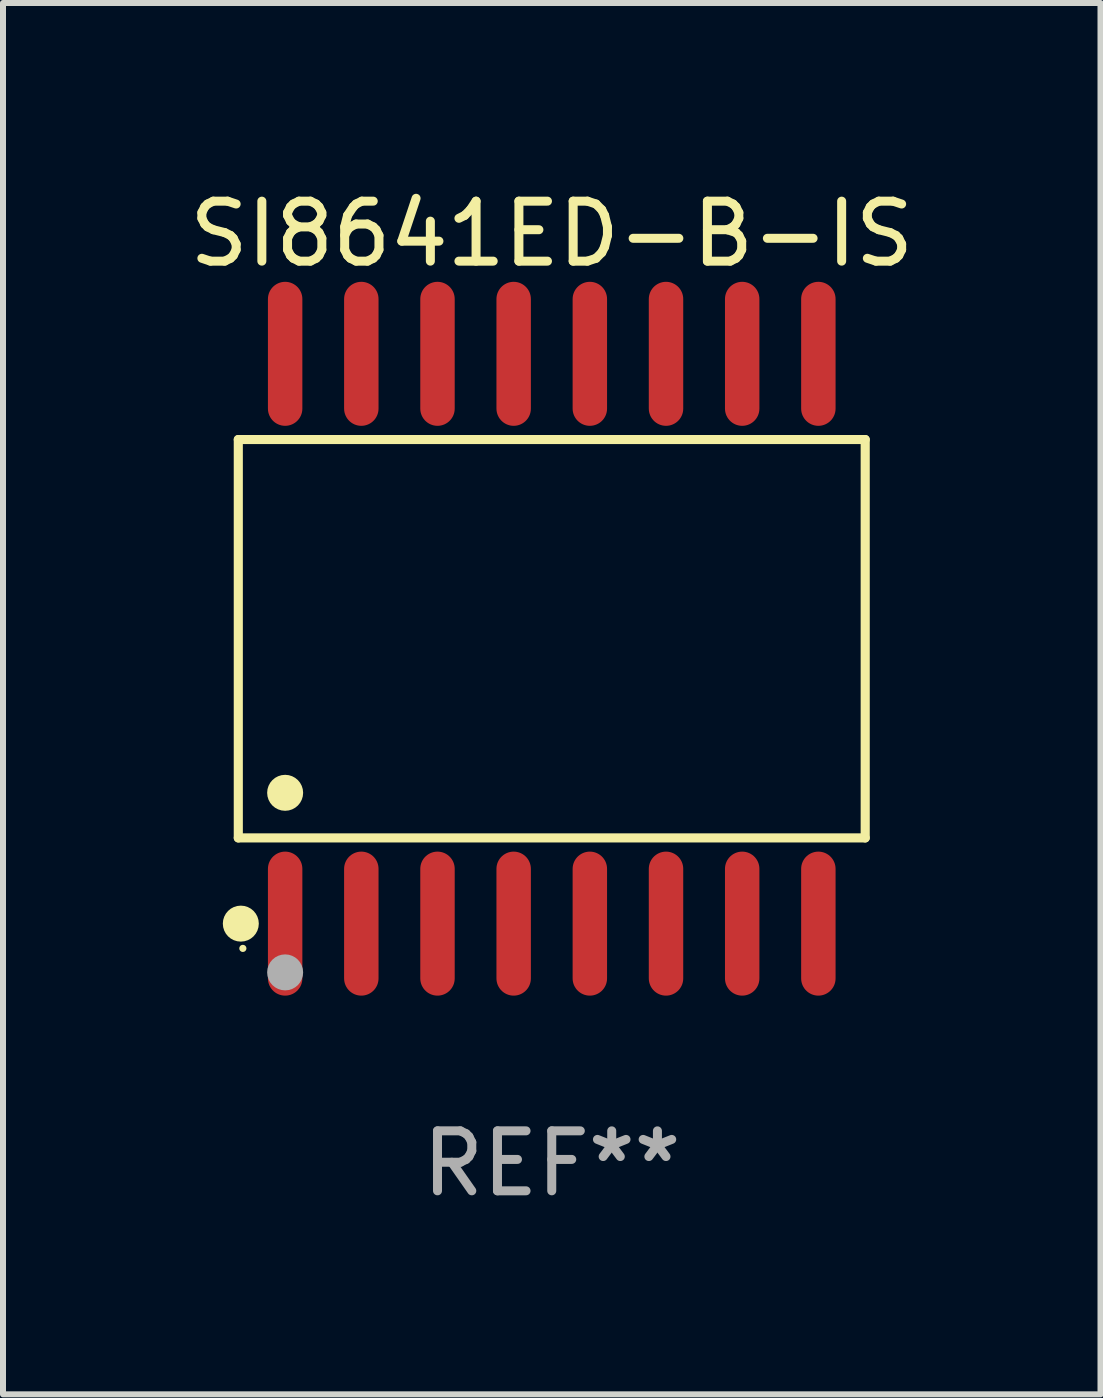
<source format=kicad_pcb>
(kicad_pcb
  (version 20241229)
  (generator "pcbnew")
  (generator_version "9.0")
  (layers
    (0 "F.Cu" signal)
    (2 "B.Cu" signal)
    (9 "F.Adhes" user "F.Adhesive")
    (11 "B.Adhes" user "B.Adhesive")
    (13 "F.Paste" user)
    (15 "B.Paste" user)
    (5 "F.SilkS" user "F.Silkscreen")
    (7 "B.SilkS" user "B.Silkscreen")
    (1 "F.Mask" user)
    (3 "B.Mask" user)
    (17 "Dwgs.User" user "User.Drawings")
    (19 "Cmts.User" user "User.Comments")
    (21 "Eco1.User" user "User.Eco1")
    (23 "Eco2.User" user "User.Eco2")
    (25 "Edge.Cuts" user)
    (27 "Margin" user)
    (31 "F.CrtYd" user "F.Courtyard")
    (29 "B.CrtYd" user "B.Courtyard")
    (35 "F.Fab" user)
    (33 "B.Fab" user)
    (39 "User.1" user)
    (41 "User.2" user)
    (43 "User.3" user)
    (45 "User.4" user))
  (footprint "SI8641ED-B-IS"
    (layer "F.Cu")
    (at 6.149 7.599)
    (property "Reference" "SI8641ED-B-IS" (at 0 -6.75 0) (layer "F.SilkS") (effects (font (size 1 1) (thickness 0.15))))
    (attr through_hole)
    (fp_line (start -5.226 -3.321) (end 5.226 -3.321) (stroke (width 0.152) (type solid)) (layer "F.SilkS"))
    (fp_line (start -5.226 3.321) (end -5.226 -3.321) (stroke (width 0.152) (type solid)) (layer "F.SilkS"))
    (fp_line (start 5.226 -3.321) (end 5.226 3.321) (stroke (width 0.152) (type solid)) (layer "F.SilkS"))
    (fp_line (start 5.226 3.321) (end -5.226 3.321) (stroke (width 0.152) (type solid)) (layer "F.SilkS"))
    (fp_circle (center -5.184 4.75) (end -5.034 4.75) (stroke (width 0.3) (type solid)) (fill no) (layer "F.SilkS"))
    (fp_circle (center -5.15 5.163) (end -5.12 5.163) (stroke (width 0.06) (type solid)) (fill no) (layer "F.SilkS"))
    (fp_circle (center -4.445 2.569) (end -4.295 2.569) (stroke (width 0.3) (type solid)) (fill no) (layer "F.SilkS"))
    (fp_circle (center -4.445 5.563) (end -4.295 5.563) (stroke (width 0.3) (type solid)) (fill no) (layer "F.Fab"))
    (fp_text user "REF**" (at 0 8.75 0) (layer "F.Fab") (effects (font (size 1 1) (thickness 0.15))))
    (pad "1" smd oval (at -4.445 4.75) (size 0.574 2.401) (layers "F.Cu" "F.Mask" "F.Paste"))
    (pad "2" smd oval (at -3.175 4.75) (size 0.574 2.401) (layers "F.Cu" "F.Mask" "F.Paste"))
    (pad "3" smd oval (at -1.905 4.75) (size 0.574 2.401) (layers "F.Cu" "F.Mask" "F.Paste"))
    (pad "4" smd oval (at -0.635 4.75) (size 0.574 2.401) (layers "F.Cu" "F.Mask" "F.Paste"))
    (pad "5" smd oval (at 0.635 4.75) (size 0.574 2.401) (layers "F.Cu" "F.Mask" "F.Paste"))
    (pad "6" smd oval (at 1.905 4.75) (size 0.574 2.401) (layers "F.Cu" "F.Mask" "F.Paste"))
    (pad "7" smd oval (at 3.175 4.75) (size 0.574 2.401) (layers "F.Cu" "F.Mask" "F.Paste"))
    (pad "8" smd oval (at 4.445 4.75) (size 0.574 2.401) (layers "F.Cu" "F.Mask" "F.Paste"))
    (pad "9" smd oval (at 4.445 -4.75) (size 0.574 2.401) (layers "F.Cu" "F.Mask" "F.Paste"))
    (pad "10" smd oval (at 3.175 -4.75) (size 0.574 2.401) (layers "F.Cu" "F.Mask" "F.Paste"))
    (pad "11" smd oval (at 1.905 -4.75) (size 0.574 2.401) (layers "F.Cu" "F.Mask" "F.Paste"))
    (pad "12" smd oval (at 0.635 -4.75) (size 0.574 2.401) (layers "F.Cu" "F.Mask" "F.Paste"))
    (pad "13" smd oval (at -0.635 -4.75) (size 0.574 2.401) (layers "F.Cu" "F.Mask" "F.Paste"))
    (pad "14" smd oval (at -1.905 -4.75) (size 0.574 2.401) (layers "F.Cu" "F.Mask" "F.Paste"))
    (pad "15" smd oval (at -3.175 -4.75) (size 0.574 2.401) (layers "F.Cu" "F.Mask" "F.Paste"))
    (pad "16" smd oval (at -4.445 -4.75) (size 0.574 2.401) (layers "F.Cu" "F.Mask" "F.Paste")))
  (gr_rect
    (start -3 -3)
    (end 15.298 20.197)
    (stroke (width 0.1) (type default))
    (fill no)
    (layer "Edge.Cuts")))
</source>
